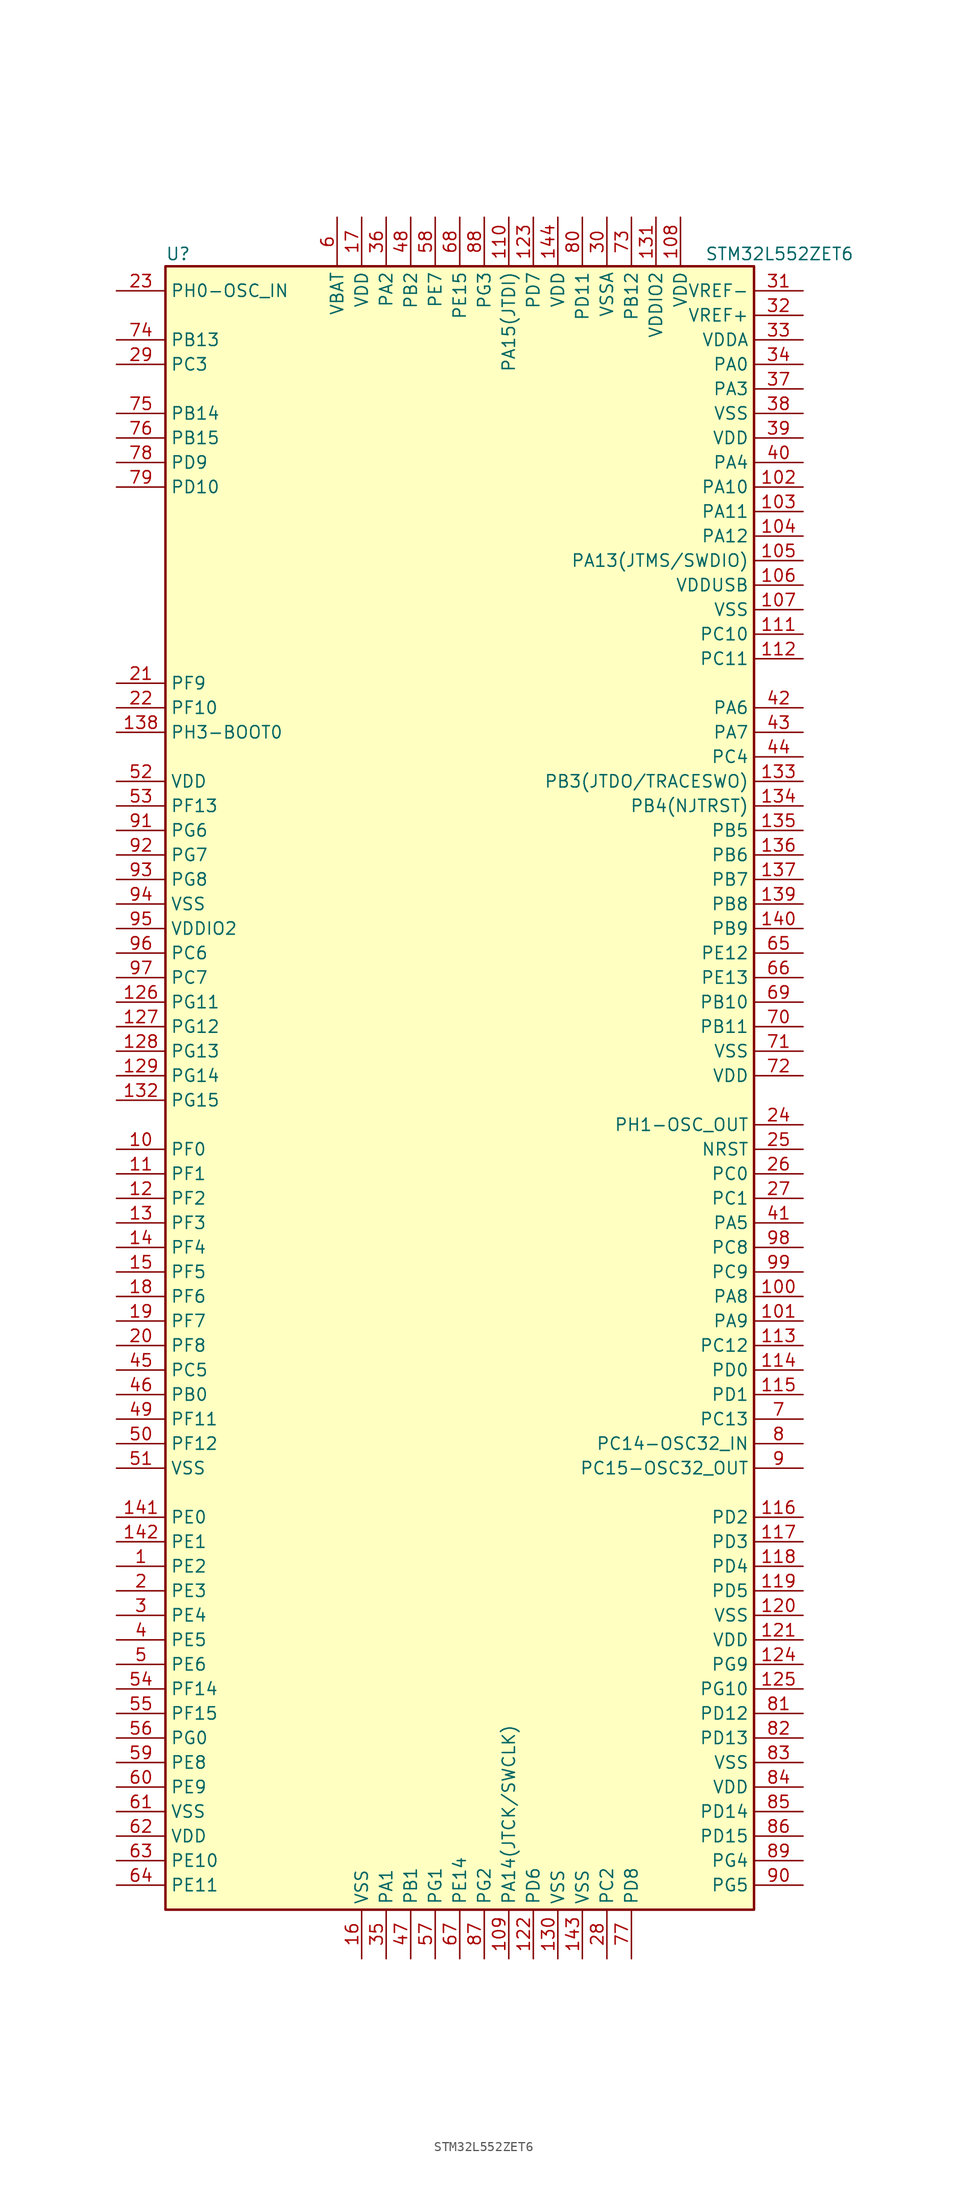
<source format=kicad_sym>
(kicad_symbol_lib
  (version 20211014)
  (generator kicad_symbol_editor)
  (symbol "STM32L552ZET6"
    (property "Reference" "U"
      (at -30.48 85.09 0)
      (effects (font (size 1.27 1.27)) (justify left)))
    (property "Value" "STM32L552ZET6"
      (at 25.4 85.09 0)
      (effects (font (size 1.27 1.27)) (justify left)))
    (symbol "STM32L552ZET6_0_1"
      (rectangle (start -30.48 -86.36) (end 30.48 83.82) (stroke (width 0.254) (type default) (color 0 0 0 0)) (fill (type background))))
    (symbol "STM32L552ZET6_1_1"
      (pin bidirectional line (at -35.56 -50.8 0) (length 5.08) (name "PE2" (effects (font (size 1.27 1.27)))) (number "1" (effects (font (size 1.27 1.27)))))
      (pin bidirectional line (at -35.56 -7.62 0) (length 5.08) (name "PF0" (effects (font (size 1.27 1.27)))) (number "10" (effects (font (size 1.27 1.27)))))
      (pin bidirectional line (at 35.56 -22.86 180) (length 5.08) (name "PA8" (effects (font (size 1.27 1.27)))) (number "100" (effects (font (size 1.27 1.27)))))
      (pin bidirectional line (at 35.56 -25.4 180) (length 5.08) (name "PA9" (effects (font (size 1.27 1.27)))) (number "101" (effects (font (size 1.27 1.27)))))
      (pin bidirectional line (at 35.56 60.96 180) (length 5.08) (name "PA10" (effects (font (size 1.27 1.27)))) (number "102" (effects (font (size 1.27 1.27)))))
      (pin bidirectional line (at 35.56 58.42 180) (length 5.08) (name "PA11" (effects (font (size 1.27 1.27)))) (number "103" (effects (font (size 1.27 1.27)))))
      (pin bidirectional line (at 35.56 55.88 180) (length 5.08) (name "PA12" (effects (font (size 1.27 1.27)))) (number "104" (effects (font (size 1.27 1.27)))))
      (pin bidirectional line (at 35.56 53.34 180) (length 5.08) (name "PA13(JTMS/SWDIO)" (effects (font (size 1.27 1.27)))) (number "105" (effects (font (size 1.27 1.27)))))
      (pin power_in line (at 35.56 50.8 180) (length 5.08) (name "VDDUSB" (effects (font (size 1.27 1.27)))) (number "106" (effects (font (size 1.27 1.27)))))
      (pin power_in line (at 35.56 48.26 180) (length 5.08) (name "VSS" (effects (font (size 1.27 1.27)))) (number "107" (effects (font (size 1.27 1.27)))))
      (pin power_in line (at 22.86 88.9 270) (length 5.08) (name "VDD" (effects (font (size 1.27 1.27)))) (number "108" (effects (font (size 1.27 1.27)))))
      (pin bidirectional line (at 5.08 -91.44 90) (length 5.08) (name "PA14(JTCK/SWCLK)" (effects (font (size 1.27 1.27)))) (number "109" (effects (font (size 1.27 1.27)))))
      (pin bidirectional line (at -35.56 -10.16 0) (length 5.08) (name "PF1" (effects (font (size 1.27 1.27)))) (number "11" (effects (font (size 1.27 1.27)))))
      (pin bidirectional line (at 5.08 88.9 270) (length 5.08) (name "PA15(JTDI)" (effects (font (size 1.27 1.27)))) (number "110" (effects (font (size 1.27 1.27)))))
      (pin bidirectional line (at 35.56 45.72 180) (length 5.08) (name "PC10" (effects (font (size 1.27 1.27)))) (number "111" (effects (font (size 1.27 1.27)))))
      (pin bidirectional line (at 35.56 43.18 180) (length 5.08) (name "PC11" (effects (font (size 1.27 1.27)))) (number "112" (effects (font (size 1.27 1.27)))))
      (pin bidirectional line (at 35.56 -27.94 180) (length 5.08) (name "PC12" (effects (font (size 1.27 1.27)))) (number "113" (effects (font (size 1.27 1.27)))))
      (pin bidirectional line (at 35.56 -30.48 180) (length 5.08) (name "PD0" (effects (font (size 1.27 1.27)))) (number "114" (effects (font (size 1.27 1.27)))))
      (pin bidirectional line (at 35.56 -33.02 180) (length 5.08) (name "PD1" (effects (font (size 1.27 1.27)))) (number "115" (effects (font (size 1.27 1.27)))))
      (pin bidirectional line (at 35.56 -45.72 180) (length 5.08) (name "PD2" (effects (font (size 1.27 1.27)))) (number "116" (effects (font (size 1.27 1.27)))))
      (pin bidirectional line (at 35.56 -48.26 180) (length 5.08) (name "PD3" (effects (font (size 1.27 1.27)))) (number "117" (effects (font (size 1.27 1.27)))))
      (pin bidirectional line (at 35.56 -50.8 180) (length 5.08) (name "PD4" (effects (font (size 1.27 1.27)))) (number "118" (effects (font (size 1.27 1.27)))))
      (pin bidirectional line (at 35.56 -53.34 180) (length 5.08) (name "PD5" (effects (font (size 1.27 1.27)))) (number "119" (effects (font (size 1.27 1.27)))))
      (pin bidirectional line (at -35.56 -12.7 0) (length 5.08) (name "PF2" (effects (font (size 1.27 1.27)))) (number "12" (effects (font (size 1.27 1.27)))))
      (pin power_in line (at 35.56 -55.88 180) (length 5.08) (name "VSS" (effects (font (size 1.27 1.27)))) (number "120" (effects (font (size 1.27 1.27)))))
      (pin power_in line (at 35.56 -58.42 180) (length 5.08) (name "VDD" (effects (font (size 1.27 1.27)))) (number "121" (effects (font (size 1.27 1.27)))))
      (pin bidirectional line (at 7.62 -91.44 90) (length 5.08) (name "PD6" (effects (font (size 1.27 1.27)))) (number "122" (effects (font (size 1.27 1.27)))))
      (pin bidirectional line (at 7.62 88.9 270) (length 5.08) (name "PD7" (effects (font (size 1.27 1.27)))) (number "123" (effects (font (size 1.27 1.27)))))
      (pin bidirectional line (at 35.56 -60.96 180) (length 5.08) (name "PG9" (effects (font (size 1.27 1.27)))) (number "124" (effects (font (size 1.27 1.27)))))
      (pin bidirectional line (at 35.56 -63.5 180) (length 5.08) (name "PG10" (effects (font (size 1.27 1.27)))) (number "125" (effects (font (size 1.27 1.27)))))
      (pin bidirectional line (at -35.56 7.62 0) (length 5.08) (name "PG11" (effects (font (size 1.27 1.27)))) (number "126" (effects (font (size 1.27 1.27)))))
      (pin bidirectional line (at -35.56 5.08 0) (length 5.08) (name "PG12" (effects (font (size 1.27 1.27)))) (number "127" (effects (font (size 1.27 1.27)))))
      (pin bidirectional line (at -35.56 2.54 0) (length 5.08) (name "PG13" (effects (font (size 1.27 1.27)))) (number "128" (effects (font (size 1.27 1.27)))))
      (pin bidirectional line (at -35.56 0 0) (length 5.08) (name "PG14" (effects (font (size 1.27 1.27)))) (number "129" (effects (font (size 1.27 1.27)))))
      (pin bidirectional line (at -35.56 -15.24 0) (length 5.08) (name "PF3" (effects (font (size 1.27 1.27)))) (number "13" (effects (font (size 1.27 1.27)))))
      (pin power_in line (at 10.16 -91.44 90) (length 5.08) (name "VSS" (effects (font (size 1.27 1.27)))) (number "130" (effects (font (size 1.27 1.27)))))
      (pin power_in line (at 20.32 88.9 270) (length 5.08) (name "VDDIO2" (effects (font (size 1.27 1.27)))) (number "131" (effects (font (size 1.27 1.27)))))
      (pin bidirectional line (at -35.56 -2.54 0) (length 5.08) (name "PG15" (effects (font (size 1.27 1.27)))) (number "132" (effects (font (size 1.27 1.27)))))
      (pin bidirectional line (at 35.56 30.48 180) (length 5.08) (name "PB3(JTDO/TRACESWO)" (effects (font (size 1.27 1.27)))) (number "133" (effects (font (size 1.27 1.27)))))
      (pin bidirectional line (at 35.56 27.94 180) (length 5.08) (name "PB4(NJTRST)" (effects (font (size 1.27 1.27)))) (number "134" (effects (font (size 1.27 1.27)))))
      (pin bidirectional line (at 35.56 25.4 180) (length 5.08) (name "PB5" (effects (font (size 1.27 1.27)))) (number "135" (effects (font (size 1.27 1.27)))))
      (pin bidirectional line (at 35.56 22.86 180) (length 5.08) (name "PB6" (effects (font (size 1.27 1.27)))) (number "136" (effects (font (size 1.27 1.27)))))
      (pin bidirectional line (at 35.56 20.32 180) (length 5.08) (name "PB7" (effects (font (size 1.27 1.27)))) (number "137" (effects (font (size 1.27 1.27)))))
      (pin bidirectional line (at -35.56 35.56 0) (length 5.08) (name "PH3-BOOT0" (effects (font (size 1.27 1.27)))) (number "138" (effects (font (size 1.27 1.27)))))
      (pin bidirectional line (at 35.56 17.78 180) (length 5.08) (name "PB8" (effects (font (size 1.27 1.27)))) (number "139" (effects (font (size 1.27 1.27)))))
      (pin bidirectional line (at -35.56 -17.78 0) (length 5.08) (name "PF4" (effects (font (size 1.27 1.27)))) (number "14" (effects (font (size 1.27 1.27)))))
      (pin bidirectional line (at 35.56 15.24 180) (length 5.08) (name "PB9" (effects (font (size 1.27 1.27)))) (number "140" (effects (font (size 1.27 1.27)))))
      (pin bidirectional line (at -35.56 -45.72 0) (length 5.08) (name "PE0" (effects (font (size 1.27 1.27)))) (number "141" (effects (font (size 1.27 1.27)))))
      (pin bidirectional line (at -35.56 -48.26 0) (length 5.08) (name "PE1" (effects (font (size 1.27 1.27)))) (number "142" (effects (font (size 1.27 1.27)))))
      (pin power_in line (at 12.7 -91.44 90) (length 5.08) (name "VSS" (effects (font (size 1.27 1.27)))) (number "143" (effects (font (size 1.27 1.27)))))
      (pin power_in line (at 10.16 88.9 270) (length 5.08) (name "VDD" (effects (font (size 1.27 1.27)))) (number "144" (effects (font (size 1.27 1.27)))))
      (pin bidirectional line (at -35.56 -20.32 0) (length 5.08) (name "PF5" (effects (font (size 1.27 1.27)))) (number "15" (effects (font (size 1.27 1.27)))))
      (pin power_in line (at -10.16 -91.44 90) (length 5.08) (name "VSS" (effects (font (size 1.27 1.27)))) (number "16" (effects (font (size 1.27 1.27)))))
      (pin power_in line (at -10.16 88.9 270) (length 5.08) (name "VDD" (effects (font (size 1.27 1.27)))) (number "17" (effects (font (size 1.27 1.27)))))
      (pin bidirectional line (at -35.56 -22.86 0) (length 5.08) (name "PF6" (effects (font (size 1.27 1.27)))) (number "18" (effects (font (size 1.27 1.27)))))
      (pin bidirectional line (at -35.56 -25.4 0) (length 5.08) (name "PF7" (effects (font (size 1.27 1.27)))) (number "19" (effects (font (size 1.27 1.27)))))
      (pin bidirectional line (at -35.56 -53.34 0) (length 5.08) (name "PE3" (effects (font (size 1.27 1.27)))) (number "2" (effects (font (size 1.27 1.27)))))
      (pin bidirectional line (at -35.56 -27.94 0) (length 5.08) (name "PF8" (effects (font (size 1.27 1.27)))) (number "20" (effects (font (size 1.27 1.27)))))
      (pin bidirectional line (at -35.56 40.64 0) (length 5.08) (name "PF9" (effects (font (size 1.27 1.27)))) (number "21" (effects (font (size 1.27 1.27)))))
      (pin bidirectional line (at -35.56 38.1 0) (length 5.08) (name "PF10" (effects (font (size 1.27 1.27)))) (number "22" (effects (font (size 1.27 1.27)))))
      (pin input line (at -35.56 81.28 0) (length 5.08) (name "PH0-OSC_IN" (effects (font (size 1.27 1.27)))) (number "23" (effects (font (size 1.27 1.27)))))
      (pin input line (at 35.56 -5.08 180) (length 5.08) (name "PH1-OSC_OUT" (effects (font (size 1.27 1.27)))) (number "24" (effects (font (size 1.27 1.27)))))
      (pin input line (at 35.56 -7.62 180) (length 5.08) (name "NRST" (effects (font (size 1.27 1.27)))) (number "25" (effects (font (size 1.27 1.27)))))
      (pin bidirectional line (at 35.56 -10.16 180) (length 5.08) (name "PC0" (effects (font (size 1.27 1.27)))) (number "26" (effects (font (size 1.27 1.27)))))
      (pin bidirectional line (at 35.56 -12.7 180) (length 5.08) (name "PC1" (effects (font (size 1.27 1.27)))) (number "27" (effects (font (size 1.27 1.27)))))
      (pin bidirectional line (at 15.24 -91.44 90) (length 5.08) (name "PC2" (effects (font (size 1.27 1.27)))) (number "28" (effects (font (size 1.27 1.27)))))
      (pin bidirectional line (at -35.56 73.66 0) (length 5.08) (name "PC3" (effects (font (size 1.27 1.27)))) (number "29" (effects (font (size 1.27 1.27)))))
      (pin bidirectional line (at -35.56 -55.88 0) (length 5.08) (name "PE4" (effects (font (size 1.27 1.27)))) (number "3" (effects (font (size 1.27 1.27)))))
      (pin power_in line (at 15.24 88.9 270) (length 5.08) (name "VSSA" (effects (font (size 1.27 1.27)))) (number "30" (effects (font (size 1.27 1.27)))))
      (pin power_in line (at 35.56 81.28 180) (length 5.08) (name "VREF-" (effects (font (size 1.27 1.27)))) (number "31" (effects (font (size 1.27 1.27)))))
      (pin power_in line (at 35.56 78.74 180) (length 5.08) (name "VREF+" (effects (font (size 1.27 1.27)))) (number "32" (effects (font (size 1.27 1.27)))))
      (pin power_in line (at 35.56 76.2 180) (length 5.08) (name "VDDA" (effects (font (size 1.27 1.27)))) (number "33" (effects (font (size 1.27 1.27)))))
      (pin bidirectional line (at 35.56 73.66 180) (length 5.08) (name "PA0" (effects (font (size 1.27 1.27)))) (number "34" (effects (font (size 1.27 1.27)))))
      (pin bidirectional line (at -7.62 -91.44 90) (length 5.08) (name "PA1" (effects (font (size 1.27 1.27)))) (number "35" (effects (font (size 1.27 1.27)))))
      (pin bidirectional line (at -7.62 88.9 270) (length 5.08) (name "PA2" (effects (font (size 1.27 1.27)))) (number "36" (effects (font (size 1.27 1.27)))))
      (pin bidirectional line (at 35.56 71.12 180) (length 5.08) (name "PA3" (effects (font (size 1.27 1.27)))) (number "37" (effects (font (size 1.27 1.27)))))
      (pin power_in line (at 35.56 68.58 180) (length 5.08) (name "VSS" (effects (font (size 1.27 1.27)))) (number "38" (effects (font (size 1.27 1.27)))))
      (pin power_in line (at 35.56 66.04 180) (length 5.08) (name "VDD" (effects (font (size 1.27 1.27)))) (number "39" (effects (font (size 1.27 1.27)))))
      (pin bidirectional line (at -35.56 -58.42 0) (length 5.08) (name "PE5" (effects (font (size 1.27 1.27)))) (number "4" (effects (font (size 1.27 1.27)))))
      (pin bidirectional line (at 35.56 63.5 180) (length 5.08) (name "PA4" (effects (font (size 1.27 1.27)))) (number "40" (effects (font (size 1.27 1.27)))))
      (pin bidirectional line (at 35.56 -15.24 180) (length 5.08) (name "PA5" (effects (font (size 1.27 1.27)))) (number "41" (effects (font (size 1.27 1.27)))))
      (pin bidirectional line (at 35.56 38.1 180) (length 5.08) (name "PA6" (effects (font (size 1.27 1.27)))) (number "42" (effects (font (size 1.27 1.27)))))
      (pin bidirectional line (at 35.56 35.56 180) (length 5.08) (name "PA7" (effects (font (size 1.27 1.27)))) (number "43" (effects (font (size 1.27 1.27)))))
      (pin bidirectional line (at 35.56 33.02 180) (length 5.08) (name "PC4" (effects (font (size 1.27 1.27)))) (number "44" (effects (font (size 1.27 1.27)))))
      (pin bidirectional line (at -35.56 -30.48 0) (length 5.08) (name "PC5" (effects (font (size 1.27 1.27)))) (number "45" (effects (font (size 1.27 1.27)))))
      (pin bidirectional line (at -35.56 -33.02 0) (length 5.08) (name "PB0" (effects (font (size 1.27 1.27)))) (number "46" (effects (font (size 1.27 1.27)))))
      (pin bidirectional line (at -5.08 -91.44 90) (length 5.08) (name "PB1" (effects (font (size 1.27 1.27)))) (number "47" (effects (font (size 1.27 1.27)))))
      (pin bidirectional line (at -5.08 88.9 270) (length 5.08) (name "PB2" (effects (font (size 1.27 1.27)))) (number "48" (effects (font (size 1.27 1.27)))))
      (pin bidirectional line (at -35.56 -35.56 0) (length 5.08) (name "PF11" (effects (font (size 1.27 1.27)))) (number "49" (effects (font (size 1.27 1.27)))))
      (pin bidirectional line (at -35.56 -60.96 0) (length 5.08) (name "PE6" (effects (font (size 1.27 1.27)))) (number "5" (effects (font (size 1.27 1.27)))))
      (pin bidirectional line (at -35.56 -38.1 0) (length 5.08) (name "PF12" (effects (font (size 1.27 1.27)))) (number "50" (effects (font (size 1.27 1.27)))))
      (pin power_in line (at -35.56 -40.64 0) (length 5.08) (name "VSS" (effects (font (size 1.27 1.27)))) (number "51" (effects (font (size 1.27 1.27)))))
      (pin power_in line (at -35.56 30.48 0) (length 5.08) (name "VDD" (effects (font (size 1.27 1.27)))) (number "52" (effects (font (size 1.27 1.27)))))
      (pin bidirectional line (at -35.56 27.94 0) (length 5.08) (name "PF13" (effects (font (size 1.27 1.27)))) (number "53" (effects (font (size 1.27 1.27)))))
      (pin bidirectional line (at -35.56 -63.5 0) (length 5.08) (name "PF14" (effects (font (size 1.27 1.27)))) (number "54" (effects (font (size 1.27 1.27)))))
      (pin bidirectional line (at -35.56 -66.04 0) (length 5.08) (name "PF15" (effects (font (size 1.27 1.27)))) (number "55" (effects (font (size 1.27 1.27)))))
      (pin bidirectional line (at -35.56 -68.58 0) (length 5.08) (name "PG0" (effects (font (size 1.27 1.27)))) (number "56" (effects (font (size 1.27 1.27)))))
      (pin bidirectional line (at -2.54 -91.44 90) (length 5.08) (name "PG1" (effects (font (size 1.27 1.27)))) (number "57" (effects (font (size 1.27 1.27)))))
      (pin bidirectional line (at -2.54 88.9 270) (length 5.08) (name "PE7" (effects (font (size 1.27 1.27)))) (number "58" (effects (font (size 1.27 1.27)))))
      (pin bidirectional line (at -35.56 -71.12 0) (length 5.08) (name "PE8" (effects (font (size 1.27 1.27)))) (number "59" (effects (font (size 1.27 1.27)))))
      (pin power_in line (at -12.7 88.9 270) (length 5.08) (name "VBAT" (effects (font (size 1.27 1.27)))) (number "6" (effects (font (size 1.27 1.27)))))
      (pin bidirectional line (at -35.56 -73.66 0) (length 5.08) (name "PE9" (effects (font (size 1.27 1.27)))) (number "60" (effects (font (size 1.27 1.27)))))
      (pin power_in line (at -35.56 -76.2 0) (length 5.08) (name "VSS" (effects (font (size 1.27 1.27)))) (number "61" (effects (font (size 1.27 1.27)))))
      (pin power_in line (at -35.56 -78.74 0) (length 5.08) (name "VDD" (effects (font (size 1.27 1.27)))) (number "62" (effects (font (size 1.27 1.27)))))
      (pin bidirectional line (at -35.56 -81.28 0) (length 5.08) (name "PE10" (effects (font (size 1.27 1.27)))) (number "63" (effects (font (size 1.27 1.27)))))
      (pin bidirectional line (at -35.56 -83.82 0) (length 5.08) (name "PE11" (effects (font (size 1.27 1.27)))) (number "64" (effects (font (size 1.27 1.27)))))
      (pin bidirectional line (at 35.56 12.7 180) (length 5.08) (name "PE12" (effects (font (size 1.27 1.27)))) (number "65" (effects (font (size 1.27 1.27)))))
      (pin bidirectional line (at 35.56 10.16 180) (length 5.08) (name "PE13" (effects (font (size 1.27 1.27)))) (number "66" (effects (font (size 1.27 1.27)))))
      (pin bidirectional line (at 0 -91.44 90) (length 5.08) (name "PE14" (effects (font (size 1.27 1.27)))) (number "67" (effects (font (size 1.27 1.27)))))
      (pin bidirectional line (at 0 88.9 270) (length 5.08) (name "PE15" (effects (font (size 1.27 1.27)))) (number "68" (effects (font (size 1.27 1.27)))))
      (pin bidirectional line (at 35.56 7.62 180) (length 5.08) (name "PB10" (effects (font (size 1.27 1.27)))) (number "69" (effects (font (size 1.27 1.27)))))
      (pin bidirectional line (at 35.56 -35.56 180) (length 5.08) (name "PC13" (effects (font (size 1.27 1.27)))) (number "7" (effects (font (size 1.27 1.27)))))
      (pin bidirectional line (at 35.56 5.08 180) (length 5.08) (name "PB11" (effects (font (size 1.27 1.27)))) (number "70" (effects (font (size 1.27 1.27)))))
      (pin power_in line (at 35.56 2.54 180) (length 5.08) (name "VSS" (effects (font (size 1.27 1.27)))) (number "71" (effects (font (size 1.27 1.27)))))
      (pin power_in line (at 35.56 0 180) (length 5.08) (name "VDD" (effects (font (size 1.27 1.27)))) (number "72" (effects (font (size 1.27 1.27)))))
      (pin bidirectional line (at 17.78 88.9 270) (length 5.08) (name "PB12" (effects (font (size 1.27 1.27)))) (number "73" (effects (font (size 1.27 1.27)))))
      (pin bidirectional line (at -35.56 76.2 0) (length 5.08) (name "PB13" (effects (font (size 1.27 1.27)))) (number "74" (effects (font (size 1.27 1.27)))))
      (pin bidirectional line (at -35.56 68.58 0) (length 5.08) (name "PB14" (effects (font (size 1.27 1.27)))) (number "75" (effects (font (size 1.27 1.27)))))
      (pin bidirectional line (at -35.56 66.04 0) (length 5.08) (name "PB15" (effects (font (size 1.27 1.27)))) (number "76" (effects (font (size 1.27 1.27)))))
      (pin bidirectional line (at 17.78 -91.44 90) (length 5.08) (name "PD8" (effects (font (size 1.27 1.27)))) (number "77" (effects (font (size 1.27 1.27)))))
      (pin bidirectional line (at -35.56 63.5 0) (length 5.08) (name "PD9" (effects (font (size 1.27 1.27)))) (number "78" (effects (font (size 1.27 1.27)))))
      (pin bidirectional line (at -35.56 60.96 0) (length 5.08) (name "PD10" (effects (font (size 1.27 1.27)))) (number "79" (effects (font (size 1.27 1.27)))))
      (pin bidirectional line (at 35.56 -38.1 180) (length 5.08) (name "PC14-OSC32_IN" (effects (font (size 1.27 1.27)))) (number "8" (effects (font (size 1.27 1.27)))))
      (pin bidirectional line (at 12.7 88.9 270) (length 5.08) (name "PD11" (effects (font (size 1.27 1.27)))) (number "80" (effects (font (size 1.27 1.27)))))
      (pin bidirectional line (at 35.56 -66.04 180) (length 5.08) (name "PD12" (effects (font (size 1.27 1.27)))) (number "81" (effects (font (size 1.27 1.27)))))
      (pin bidirectional line (at 35.56 -68.58 180) (length 5.08) (name "PD13" (effects (font (size 1.27 1.27)))) (number "82" (effects (font (size 1.27 1.27)))))
      (pin power_in line (at 35.56 -71.12 180) (length 5.08) (name "VSS" (effects (font (size 1.27 1.27)))) (number "83" (effects (font (size 1.27 1.27)))))
      (pin power_in line (at 35.56 -73.66 180) (length 5.08) (name "VDD" (effects (font (size 1.27 1.27)))) (number "84" (effects (font (size 1.27 1.27)))))
      (pin bidirectional line (at 35.56 -76.2 180) (length 5.08) (name "PD14" (effects (font (size 1.27 1.27)))) (number "85" (effects (font (size 1.27 1.27)))))
      (pin bidirectional line (at 35.56 -78.74 180) (length 5.08) (name "PD15" (effects (font (size 1.27 1.27)))) (number "86" (effects (font (size 1.27 1.27)))))
      (pin bidirectional line (at 2.54 -91.44 90) (length 5.08) (name "PG2" (effects (font (size 1.27 1.27)))) (number "87" (effects (font (size 1.27 1.27)))))
      (pin bidirectional line (at 2.54 88.9 270) (length 5.08) (name "PG3" (effects (font (size 1.27 1.27)))) (number "88" (effects (font (size 1.27 1.27)))))
      (pin bidirectional line (at 35.56 -81.28 180) (length 5.08) (name "PG4" (effects (font (size 1.27 1.27)))) (number "89" (effects (font (size 1.27 1.27)))))
      (pin bidirectional line (at 35.56 -40.64 180) (length 5.08) (name "PC15-OSC32_OUT" (effects (font (size 1.27 1.27)))) (number "9" (effects (font (size 1.27 1.27)))))
      (pin bidirectional line (at 35.56 -83.82 180) (length 5.08) (name "PG5" (effects (font (size 1.27 1.27)))) (number "90" (effects (font (size 1.27 1.27)))))
      (pin bidirectional line (at -35.56 25.4 0) (length 5.08) (name "PG6" (effects (font (size 1.27 1.27)))) (number "91" (effects (font (size 1.27 1.27)))))
      (pin bidirectional line (at -35.56 22.86 0) (length 5.08) (name "PG7" (effects (font (size 1.27 1.27)))) (number "92" (effects (font (size 1.27 1.27)))))
      (pin bidirectional line (at -35.56 20.32 0) (length 5.08) (name "PG8" (effects (font (size 1.27 1.27)))) (number "93" (effects (font (size 1.27 1.27)))))
      (pin power_in line (at -35.56 17.78 0) (length 5.08) (name "VSS" (effects (font (size 1.27 1.27)))) (number "94" (effects (font (size 1.27 1.27)))))
      (pin power_in line (at -35.56 15.24 0) (length 5.08) (name "VDDIO2" (effects (font (size 1.27 1.27)))) (number "95" (effects (font (size 1.27 1.27)))))
      (pin bidirectional line (at -35.56 12.7 0) (length 5.08) (name "PC6" (effects (font (size 1.27 1.27)))) (number "96" (effects (font (size 1.27 1.27)))))
      (pin bidirectional line (at -35.56 10.16 0) (length 5.08) (name "PC7" (effects (font (size 1.27 1.27)))) (number "97" (effects (font (size 1.27 1.27)))))
      (pin bidirectional line (at 35.56 -17.78 180) (length 5.08) (name "PC8" (effects (font (size 1.27 1.27)))) (number "98" (effects (font (size 1.27 1.27)))))
      (pin bidirectional line (at 35.56 -20.32 180) (length 5.08) (name "PC9" (effects (font (size 1.27 1.27)))) (number "99" (effects (font (size 1.27 1.27))))))))
</source>
